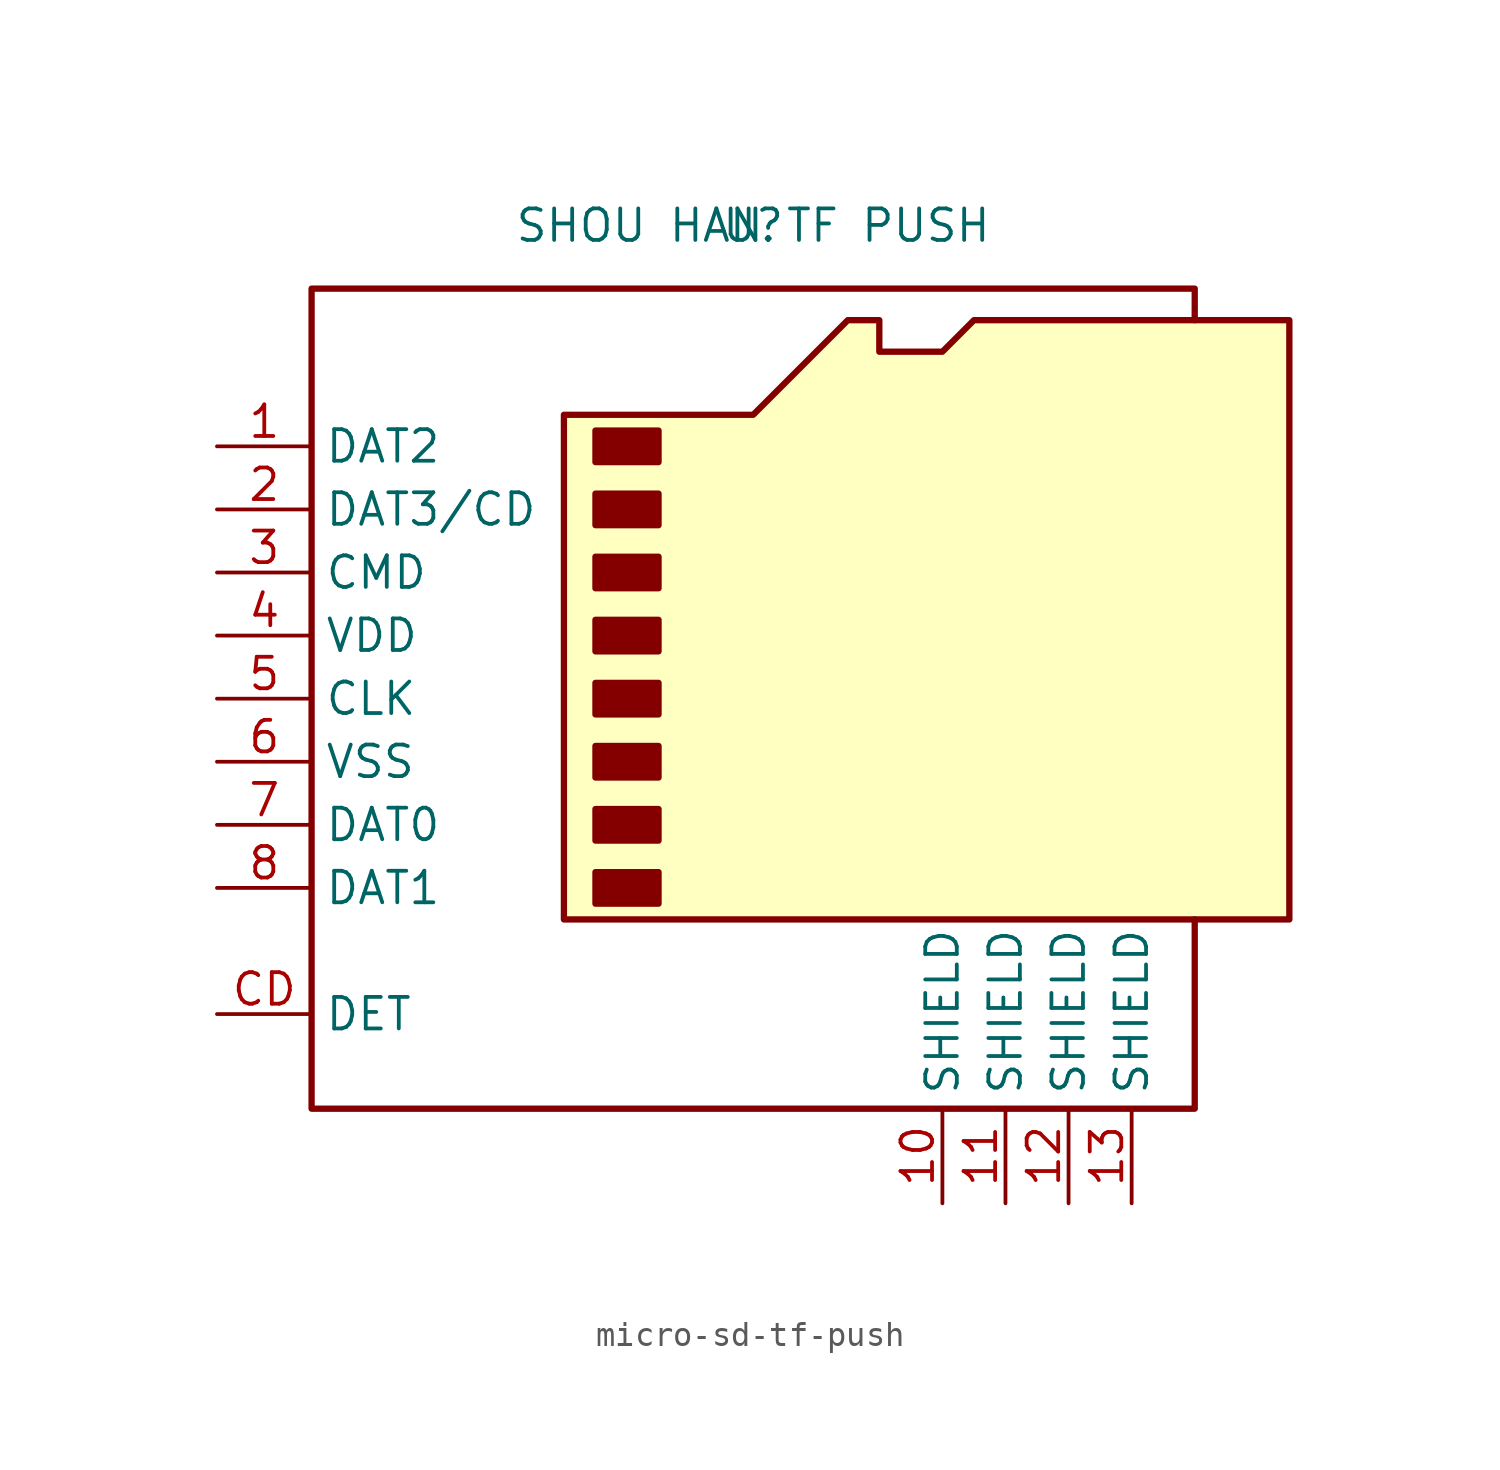
<source format=kicad_sym>
(kicad_symbol_lib
  (version 20231120)
  (generator "kicad_symbol_editor")
  (generator_version "8.0")
  (symbol "micro-sd-tf-push"
    (property "Reference" "U"
      (at 0 0 0)
      (effects (font (size 1.27 1.27))))
    (property "Value" "SHOU HAN TF PUSH"
      (at 0 0 0)
      (effects (font (size 1.27 1.27))))
    (symbol "micro-sd-tf-push_0_1"
      (rectangle (start -6.35 -26.035) (end -3.81 -27.305) (stroke (width 0.254) (type default)) (fill (type outline)))
      (rectangle (start -6.35 -23.495) (end -3.81 -24.765) (stroke (width 0.254) (type default)) (fill (type outline)))
      (rectangle (start -6.35 -20.955) (end -3.81 -22.225) (stroke (width 0.254) (type default)) (fill (type outline)))
      (rectangle (start -6.35 -18.415) (end -3.81 -19.685) (stroke (width 0.254) (type default)) (fill (type outline)))
      (rectangle (start -6.35 -15.875) (end -3.81 -17.145) (stroke (width 0.254) (type default)) (fill (type outline)))
      (rectangle (start -6.35 -13.335) (end -3.81 -14.605) (stroke (width 0.254) (type default)) (fill (type outline)))
      (rectangle (start -6.35 -10.795) (end -3.81 -12.065) (stroke (width 0.254) (type default)) (fill (type outline)))
      (rectangle (start -6.35 -8.255) (end -3.81 -9.525) (stroke (width 0.254) (type default)) (fill (type outline)))
      (polyline (pts (xy 17.78 -3.81) (xy 17.78 -2.54) (xy -17.78 -2.54) (xy -17.78 -35.56) (xy 17.78 -35.56) (xy 17.78 -27.94)) (stroke (width 0.254) (type default)) (fill (type none)))
      (polyline (pts (xy -7.62 -27.94) (xy -7.62 -7.62) (xy 0 -7.62) (xy 3.81 -3.81) (xy 5.08 -3.81) (xy 5.08 -5.08) (xy 7.62 -5.08) (xy 8.89 -3.81) (xy 21.59 -3.81) (xy 21.59 -27.94) (xy -7.62 -27.94)) (stroke (width 0.254) (type default)) (fill (type background))))
    (symbol "micro-sd-tf-push_1_1"
      (pin bidirectional line (at -21.59 -8.89 0) (length 3.81) (name "DAT2" (effects (font (size 1.27 1.27)))) (number "1" (effects (font (size 1.27 1.27)))))
      (pin passive line (at 7.62 -39.37 90) (length 3.81) (name "SHIELD" (effects (font (size 1.27 1.27)))) (number "10" (effects (font (size 1.27 1.27)))))
      (pin passive line (at 10.16 -39.37 90) (length 3.81) (name "SHIELD" (effects (font (size 1.27 1.27)))) (number "11" (effects (font (size 1.27 1.27)))))
      (pin passive line (at 12.7 -39.37 90) (length 3.81) (name "SHIELD" (effects (font (size 1.27 1.27)))) (number "12" (effects (font (size 1.27 1.27)))))
      (pin passive line (at 15.24 -39.37 90) (length 3.81) (name "SHIELD" (effects (font (size 1.27 1.27)))) (number "13" (effects (font (size 1.27 1.27)))))
      (pin bidirectional line (at -21.59 -11.43 0) (length 3.81) (name "DAT3/CD" (effects (font (size 1.27 1.27)))) (number "2" (effects (font (size 1.27 1.27)))))
      (pin input line (at -21.59 -13.97 0) (length 3.81) (name "CMD" (effects (font (size 1.27 1.27)))) (number "3" (effects (font (size 1.27 1.27)))))
      (pin power_in line (at -21.59 -16.51 0) (length 3.81) (name "VDD" (effects (font (size 1.27 1.27)))) (number "4" (effects (font (size 1.27 1.27)))))
      (pin input line (at -21.59 -19.05 0) (length 3.81) (name "CLK" (effects (font (size 1.27 1.27)))) (number "5" (effects (font (size 1.27 1.27)))))
      (pin power_in line (at -21.59 -21.59 0) (length 3.81) (name "VSS" (effects (font (size 1.27 1.27)))) (number "6" (effects (font (size 1.27 1.27)))))
      (pin bidirectional line (at -21.59 -24.13 0) (length 3.81) (name "DAT0" (effects (font (size 1.27 1.27)))) (number "7" (effects (font (size 1.27 1.27)))))
      (pin bidirectional line (at -21.59 -26.67 0) (length 3.81) (name "DAT1" (effects (font (size 1.27 1.27)))) (number "8" (effects (font (size 1.27 1.27)))))
      (pin passive line (at -21.59 -31.75 0) (length 3.81) (name "DET" (effects (font (size 1.27 1.27)))) (number "CD" (effects (font (size 1.27 1.27))))))))
</source>
